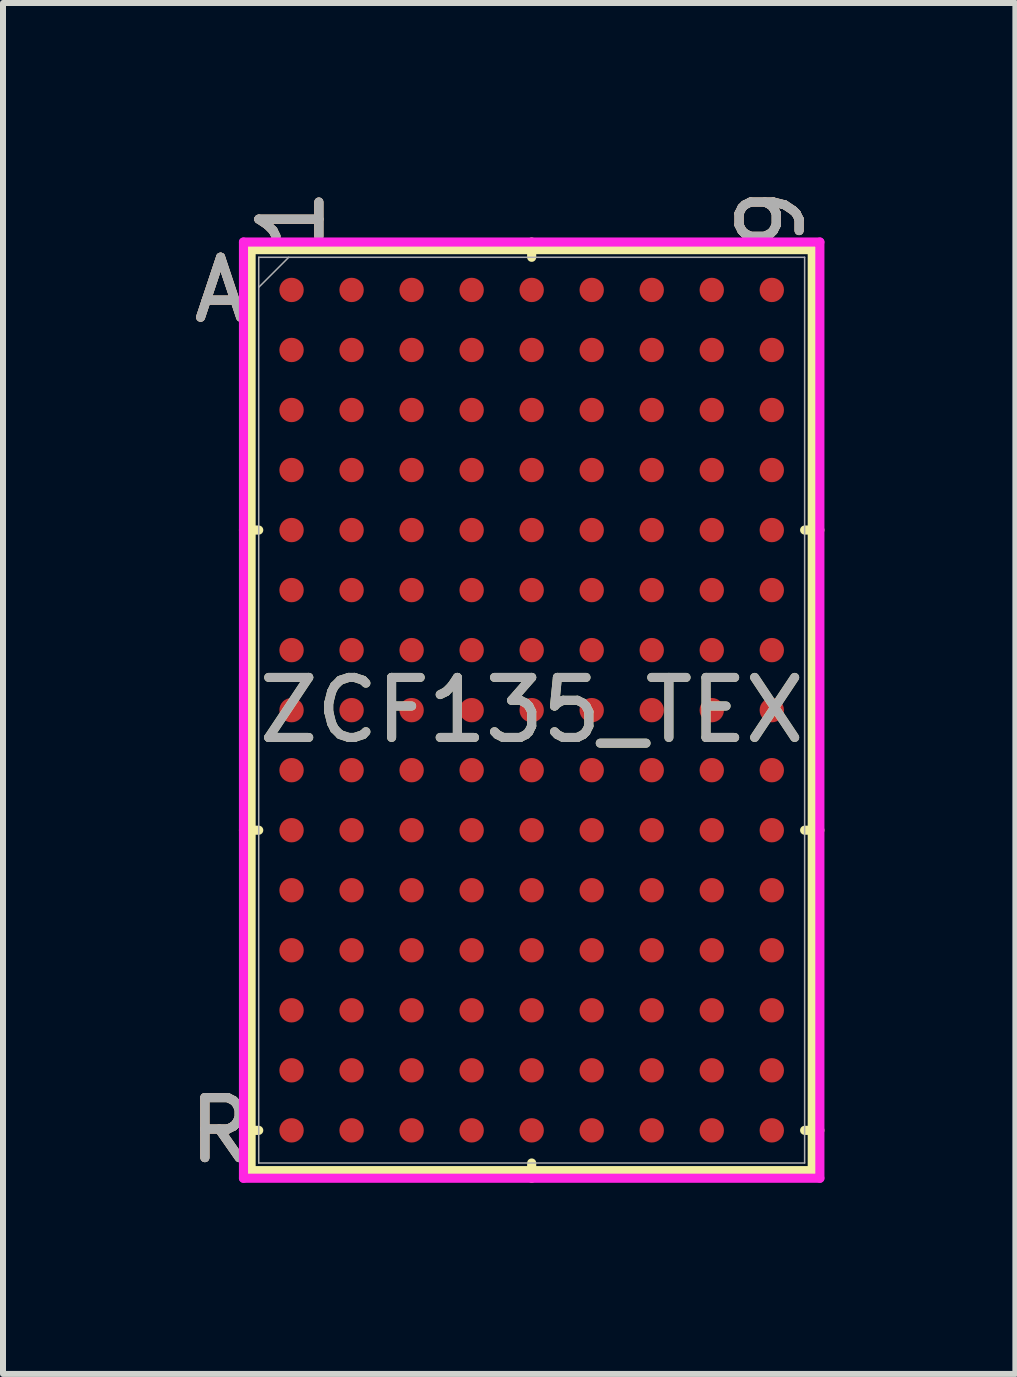
<source format=kicad_pcb>
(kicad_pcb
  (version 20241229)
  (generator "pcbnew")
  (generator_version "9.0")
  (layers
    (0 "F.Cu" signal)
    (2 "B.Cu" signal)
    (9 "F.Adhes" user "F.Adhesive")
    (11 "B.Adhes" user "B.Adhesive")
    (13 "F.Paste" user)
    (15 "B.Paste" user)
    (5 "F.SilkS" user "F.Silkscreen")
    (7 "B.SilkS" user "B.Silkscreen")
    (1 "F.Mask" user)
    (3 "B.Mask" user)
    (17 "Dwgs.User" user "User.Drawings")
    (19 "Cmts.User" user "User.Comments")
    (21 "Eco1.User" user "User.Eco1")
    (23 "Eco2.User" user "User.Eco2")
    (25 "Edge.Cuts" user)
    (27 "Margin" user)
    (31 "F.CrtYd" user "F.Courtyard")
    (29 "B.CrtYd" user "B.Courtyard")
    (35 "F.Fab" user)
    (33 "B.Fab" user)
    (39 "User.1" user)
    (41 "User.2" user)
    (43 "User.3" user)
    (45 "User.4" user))
  (footprint "ZCF135_TEX"
    (layer "F.Cu")
    (at 5.807 8.78)
    (property "Reference" "ZCF135_TEX" (at 0 0 0) (unlocked yes) (layer "F.SilkS") (effects (font (size 1 1) (thickness 0.15))))
    (attr smd)
    (fp_line (start -4.674 -7.671) (end -4.674 7.671) (stroke (width 0.152) (type solid)) (layer "F.SilkS"))
    (fp_line (start -4.674 7.671) (end 4.674 7.671) (stroke (width 0.152) (type solid)) (layer "F.SilkS"))
    (fp_line (start -4.547 -3) (end -4.801 -3) (stroke (width 0.152) (type solid)) (layer "F.SilkS"))
    (fp_line (start -4.547 2) (end -4.801 2) (stroke (width 0.152) (type solid)) (layer "F.SilkS"))
    (fp_line (start -4.547 7) (end -4.801 7) (stroke (width 0.152) (type solid)) (layer "F.SilkS"))
    (fp_line (start 0 -7.544) (end 0 -7.798) (stroke (width 0.152) (type solid)) (layer "F.SilkS"))
    (fp_line (start 0 7.544) (end 0 7.798) (stroke (width 0.152) (type solid)) (layer "F.SilkS"))
    (fp_line (start 4.547 -3) (end 4.801 -3) (stroke (width 0.152) (type solid)) (layer "F.SilkS"))
    (fp_line (start 4.547 2) (end 4.801 2) (stroke (width 0.152) (type solid)) (layer "F.SilkS"))
    (fp_line (start 4.547 7) (end 4.801 7) (stroke (width 0.152) (type solid)) (layer "F.SilkS"))
    (fp_line (start 4.674 -7.671) (end -4.674 -7.671) (stroke (width 0.152) (type solid)) (layer "F.SilkS"))
    (fp_line (start 4.674 7.671) (end 4.674 -7.671) (stroke (width 0.152) (type solid)) (layer "F.SilkS"))
    (fp_poly (pts (xy -5.008 -8.008) (xy 5.008 -8.008) (xy 5.008 8.008) (xy -5.008 8.008)) (stroke (width 0.1) (type solid)) (fill no) (layer "Eco2.User"))
    (fp_line (start -4.801 -7.798) (end 4.801 -7.798) (stroke (width 0.152) (type solid)) (layer "F.CrtYd"))
    (fp_line (start -4.801 7.798) (end -4.801 -7.798) (stroke (width 0.152) (type solid)) (layer "F.CrtYd"))
    (fp_line (start 4.801 -7.798) (end 4.801 7.798) (stroke (width 0.152) (type solid)) (layer "F.CrtYd"))
    (fp_line (start 4.801 7.798) (end -4.801 7.798) (stroke (width 0.152) (type solid)) (layer "F.CrtYd"))
    (fp_line (start -4.547 -7.544) (end -4.547 7.544) (stroke (width 0.025) (type solid)) (layer "F.Fab"))
    (fp_line (start -4.547 7.544) (end 4.547 7.544) (stroke (width 0.025) (type solid)) (layer "F.Fab"))
    (fp_line (start -4.047 -7.544) (end -4.547 -7.044) (stroke (width 0.025) (type solid)) (layer "F.Fab"))
    (fp_line (start 4.547 -7.544) (end -4.547 -7.544) (stroke (width 0.025) (type solid)) (layer "F.Fab"))
    (fp_line (start 4.547 7.544) (end 4.547 -7.544) (stroke (width 0.025) (type solid)) (layer "F.Fab"))
    (fp_text user "1" (at -4 -8.179 90) (unlocked yes) (layer "F.SilkS") (effects (font (size 1 1) (thickness 0.15))))
    (fp_text user "A" (at -5.182 -7 0) (unlocked yes) (layer "F.SilkS") (effects (font (size 1 1) (thickness 0.15))))
    (fp_text user "9" (at 4 -8.179 90) (unlocked yes) (layer "F.SilkS") (effects (font (size 1 1) (thickness 0.15))))
    (fp_text user "R" (at -5.182 7 0) (unlocked yes) (layer "F.SilkS") (effects (font (size 1 1) (thickness 0.15))))
    (fp_text user "9" (at 4 -8.179 90) (unlocked yes) (layer "B.SilkS") (effects (font (size 1 1) (thickness 0.15))))
    (fp_text user "A" (at -5.182 -7 0) (unlocked yes) (layer "B.SilkS") (effects (font (size 1 1) (thickness 0.15))))
    (fp_text user "1" (at -4 -8.179 90) (unlocked yes) (layer "B.SilkS") (effects (font (size 1 1) (thickness 0.15))))
    (fp_text user "R" (at -5.182 7 0) (unlocked yes) (layer "B.SilkS") (effects (font (size 1 1) (thickness 0.15))))
    (fp_text user "R" (at -5.182 7 0) (unlocked yes) (layer "F.Fab") (effects (font (size 1 1) (thickness 0.15))))
    (fp_text user "${REFERENCE}" (at 0 0 0) (unlocked yes) (layer "F.Fab") (effects (font (size 1 1) (thickness 0.15))))
    (fp_text user "9" (at 4 -8.179 90) (unlocked yes) (layer "F.Fab") (effects (font (size 1 1) (thickness 0.15))))
    (fp_text user "A" (at -5.182 -7 0) (unlocked yes) (layer "F.Fab") (effects (font (size 1 1) (thickness 0.15))))
    (fp_text user "1" (at -4 -8.179 90) (unlocked yes) (layer "F.Fab") (effects (font (size 1 1) (thickness 0.15))))
    (pad "A1" smd circle (at -4 -7) (size 0.406 0.406) (layers "F.Cu" "F.Mask" "F.Paste"))
    (pad "A2" smd circle (at -3 -7) (size 0.406 0.406) (layers "F.Cu" "F.Mask" "F.Paste"))
    (pad "A3" smd circle (at -2 -7) (size 0.406 0.406) (layers "F.Cu" "F.Mask" "F.Paste"))
    (pad "A4" smd circle (at -1 -7) (size 0.406 0.406) (layers "F.Cu" "F.Mask" "F.Paste"))
    (pad "A5" smd circle (at 0 -7) (size 0.406 0.406) (layers "F.Cu" "F.Mask" "F.Paste"))
    (pad "A6" smd circle (at 1 -7) (size 0.406 0.406) (layers "F.Cu" "F.Mask" "F.Paste"))
    (pad "A7" smd circle (at 2 -7) (size 0.406 0.406) (layers "F.Cu" "F.Mask" "F.Paste"))
    (pad "A8" smd circle (at 3 -7) (size 0.406 0.406) (layers "F.Cu" "F.Mask" "F.Paste"))
    (pad "A9" smd circle (at 4 -7) (size 0.406 0.406) (layers "F.Cu" "F.Mask" "F.Paste"))
    (pad "B1" smd circle (at -4 -6) (size 0.406 0.406) (layers "F.Cu" "F.Mask" "F.Paste"))
    (pad "B2" smd circle (at -3 -6) (size 0.406 0.406) (layers "F.Cu" "F.Mask" "F.Paste"))
    (pad "B3" smd circle (at -2 -6) (size 0.406 0.406) (layers "F.Cu" "F.Mask" "F.Paste"))
    (pad "B4" smd circle (at -1 -6) (size 0.406 0.406) (layers "F.Cu" "F.Mask" "F.Paste"))
    (pad "B5" smd circle (at 0 -6) (size 0.406 0.406) (layers "F.Cu" "F.Mask" "F.Paste"))
    (pad "B6" smd circle (at 1 -6) (size 0.406 0.406) (layers "F.Cu" "F.Mask" "F.Paste"))
    (pad "B7" smd circle (at 2 -6) (size 0.406 0.406) (layers "F.Cu" "F.Mask" "F.Paste"))
    (pad "B8" smd circle (at 3 -6) (size 0.406 0.406) (layers "F.Cu" "F.Mask" "F.Paste"))
    (pad "B9" smd circle (at 4 -6) (size 0.406 0.406) (layers "F.Cu" "F.Mask" "F.Paste"))
    (pad "C1" smd circle (at -4 -5) (size 0.406 0.406) (layers "F.Cu" "F.Mask" "F.Paste"))
    (pad "C2" smd circle (at -3 -5) (size 0.406 0.406) (layers "F.Cu" "F.Mask" "F.Paste"))
    (pad "C3" smd circle (at -2 -5) (size 0.406 0.406) (layers "F.Cu" "F.Mask" "F.Paste"))
    (pad "C4" smd circle (at -1 -5) (size 0.406 0.406) (layers "F.Cu" "F.Mask" "F.Paste"))
    (pad "C5" smd circle (at 0 -5) (size 0.406 0.406) (layers "F.Cu" "F.Mask" "F.Paste"))
    (pad "C6" smd circle (at 1 -5) (size 0.406 0.406) (layers "F.Cu" "F.Mask" "F.Paste"))
    (pad "C7" smd circle (at 2 -5) (size 0.406 0.406) (layers "F.Cu" "F.Mask" "F.Paste"))
    (pad "C8" smd circle (at 3 -5) (size 0.406 0.406) (layers "F.Cu" "F.Mask" "F.Paste"))
    (pad "C9" smd circle (at 4 -5) (size 0.406 0.406) (layers "F.Cu" "F.Mask" "F.Paste"))
    (pad "D1" smd circle (at -4 -4) (size 0.406 0.406) (layers "F.Cu" "F.Mask" "F.Paste"))
    (pad "D2" smd circle (at -3 -4) (size 0.406 0.406) (layers "F.Cu" "F.Mask" "F.Paste"))
    (pad "D3" smd circle (at -2 -4) (size 0.406 0.406) (layers "F.Cu" "F.Mask" "F.Paste"))
    (pad "D4" smd circle (at -1 -4) (size 0.406 0.406) (layers "F.Cu" "F.Mask" "F.Paste"))
    (pad "D5" smd circle (at 0 -4) (size 0.406 0.406) (layers "F.Cu" "F.Mask" "F.Paste"))
    (pad "D6" smd circle (at 1 -4) (size 0.406 0.406) (layers "F.Cu" "F.Mask" "F.Paste"))
    (pad "D7" smd circle (at 2 -4) (size 0.406 0.406) (layers "F.Cu" "F.Mask" "F.Paste"))
    (pad "D8" smd circle (at 3 -4) (size 0.406 0.406) (layers "F.Cu" "F.Mask" "F.Paste"))
    (pad "D9" smd circle (at 4 -4) (size 0.406 0.406) (layers "F.Cu" "F.Mask" "F.Paste"))
    (pad "E1" smd circle (at -4 -3) (size 0.406 0.406) (layers "F.Cu" "F.Mask" "F.Paste"))
    (pad "E2" smd circle (at -3 -3) (size 0.406 0.406) (layers "F.Cu" "F.Mask" "F.Paste"))
    (pad "E3" smd circle (at -2 -3) (size 0.406 0.406) (layers "F.Cu" "F.Mask" "F.Paste"))
    (pad "E4" smd circle (at -1 -3) (size 0.406 0.406) (layers "F.Cu" "F.Mask" "F.Paste"))
    (pad "E5" smd circle (at 0 -3) (size 0.406 0.406) (layers "F.Cu" "F.Mask" "F.Paste"))
    (pad "E6" smd circle (at 1 -3) (size 0.406 0.406) (layers "F.Cu" "F.Mask" "F.Paste"))
    (pad "E7" smd circle (at 2 -3) (size 0.406 0.406) (layers "F.Cu" "F.Mask" "F.Paste"))
    (pad "E8" smd circle (at 3 -3) (size 0.406 0.406) (layers "F.Cu" "F.Mask" "F.Paste"))
    (pad "E9" smd circle (at 4 -3) (size 0.406 0.406) (layers "F.Cu" "F.Mask" "F.Paste"))
    (pad "F1" smd circle (at -4 -2) (size 0.406 0.406) (layers "F.Cu" "F.Mask" "F.Paste"))
    (pad "F2" smd circle (at -3 -2) (size 0.406 0.406) (layers "F.Cu" "F.Mask" "F.Paste"))
    (pad "F3" smd circle (at -2 -2) (size 0.406 0.406) (layers "F.Cu" "F.Mask" "F.Paste"))
    (pad "F4" smd circle (at -1 -2) (size 0.406 0.406) (layers "F.Cu" "F.Mask" "F.Paste"))
    (pad "F5" smd circle (at 0 -2) (size 0.406 0.406) (layers "F.Cu" "F.Mask" "F.Paste"))
    (pad "F6" smd circle (at 1 -2) (size 0.406 0.406) (layers "F.Cu" "F.Mask" "F.Paste"))
    (pad "F7" smd circle (at 2 -2) (size 0.406 0.406) (layers "F.Cu" "F.Mask" "F.Paste"))
    (pad "F8" smd circle (at 3 -2) (size 0.406 0.406) (layers "F.Cu" "F.Mask" "F.Paste"))
    (pad "F9" smd circle (at 4 -2) (size 0.406 0.406) (layers "F.Cu" "F.Mask" "F.Paste"))
    (pad "G1" smd circle (at -4 -1) (size 0.406 0.406) (layers "F.Cu" "F.Mask" "F.Paste"))
    (pad "G2" smd circle (at -3 -1) (size 0.406 0.406) (layers "F.Cu" "F.Mask" "F.Paste"))
    (pad "G3" smd circle (at -2 -1) (size 0.406 0.406) (layers "F.Cu" "F.Mask" "F.Paste"))
    (pad "G4" smd circle (at -1 -1) (size 0.406 0.406) (layers "F.Cu" "F.Mask" "F.Paste"))
    (pad "G5" smd circle (at 0 -1) (size 0.406 0.406) (layers "F.Cu" "F.Mask" "F.Paste"))
    (pad "G6" smd circle (at 1 -1) (size 0.406 0.406) (layers "F.Cu" "F.Mask" "F.Paste"))
    (pad "G7" smd circle (at 2 -1) (size 0.406 0.406) (layers "F.Cu" "F.Mask" "F.Paste"))
    (pad "G8" smd circle (at 3 -1) (size 0.406 0.406) (layers "F.Cu" "F.Mask" "F.Paste"))
    (pad "G9" smd circle (at 4 -1) (size 0.406 0.406) (layers "F.Cu" "F.Mask" "F.Paste"))
    (pad "H1" smd circle (at -4 0) (size 0.406 0.406) (layers "F.Cu" "F.Mask" "F.Paste"))
    (pad "H2" smd circle (at -3 0) (size 0.406 0.406) (layers "F.Cu" "F.Mask" "F.Paste"))
    (pad "H3" smd circle (at -2 0) (size 0.406 0.406) (layers "F.Cu" "F.Mask" "F.Paste"))
    (pad "H4" smd circle (at -1 0) (size 0.406 0.406) (layers "F.Cu" "F.Mask" "F.Paste"))
    (pad "H5" smd circle (at 0 0) (size 0.406 0.406) (layers "F.Cu" "F.Mask" "F.Paste"))
    (pad "H6" smd circle (at 1 0) (size 0.406 0.406) (layers "F.Cu" "F.Mask" "F.Paste"))
    (pad "H7" smd circle (at 2 0) (size 0.406 0.406) (layers "F.Cu" "F.Mask" "F.Paste"))
    (pad "H8" smd circle (at 3 0) (size 0.406 0.406) (layers "F.Cu" "F.Mask" "F.Paste"))
    (pad "H9" smd circle (at 4 0) (size 0.406 0.406) (layers "F.Cu" "F.Mask" "F.Paste"))
    (pad "J1" smd circle (at -4 1) (size 0.406 0.406) (layers "F.Cu" "F.Mask" "F.Paste"))
    (pad "J2" smd circle (at -3 1) (size 0.406 0.406) (layers "F.Cu" "F.Mask" "F.Paste"))
    (pad "J3" smd circle (at -2 1) (size 0.406 0.406) (layers "F.Cu" "F.Mask" "F.Paste"))
    (pad "J4" smd circle (at -1 1) (size 0.406 0.406) (layers "F.Cu" "F.Mask" "F.Paste"))
    (pad "J5" smd circle (at 0 1) (size 0.406 0.406) (layers "F.Cu" "F.Mask" "F.Paste"))
    (pad "J6" smd circle (at 1 1) (size 0.406 0.406) (layers "F.Cu" "F.Mask" "F.Paste"))
    (pad "J7" smd circle (at 2 1) (size 0.406 0.406) (layers "F.Cu" "F.Mask" "F.Paste"))
    (pad "J8" smd circle (at 3 1) (size 0.406 0.406) (layers "F.Cu" "F.Mask" "F.Paste"))
    (pad "J9" smd circle (at 4 1) (size 0.406 0.406) (layers "F.Cu" "F.Mask" "F.Paste"))
    (pad "K1" smd circle (at -4 2) (size 0.406 0.406) (layers "F.Cu" "F.Mask" "F.Paste"))
    (pad "K2" smd circle (at -3 2) (size 0.406 0.406) (layers "F.Cu" "F.Mask" "F.Paste"))
    (pad "K3" smd circle (at -2 2) (size 0.406 0.406) (layers "F.Cu" "F.Mask" "F.Paste"))
    (pad "K4" smd circle (at -1 2) (size 0.406 0.406) (layers "F.Cu" "F.Mask" "F.Paste"))
    (pad "K5" smd circle (at 0 2) (size 0.406 0.406) (layers "F.Cu" "F.Mask" "F.Paste"))
    (pad "K6" smd circle (at 1 2) (size 0.406 0.406) (layers "F.Cu" "F.Mask" "F.Paste"))
    (pad "K7" smd circle (at 2 2) (size 0.406 0.406) (layers "F.Cu" "F.Mask" "F.Paste"))
    (pad "K8" smd circle (at 3 2) (size 0.406 0.406) (layers "F.Cu" "F.Mask" "F.Paste"))
    (pad "K9" smd circle (at 4 2) (size 0.406 0.406) (layers "F.Cu" "F.Mask" "F.Paste"))
    (pad "L1" smd circle (at -4 3) (size 0.406 0.406) (layers "F.Cu" "F.Mask" "F.Paste"))
    (pad "L2" smd circle (at -3 3) (size 0.406 0.406) (layers "F.Cu" "F.Mask" "F.Paste"))
    (pad "L3" smd circle (at -2 3) (size 0.406 0.406) (layers "F.Cu" "F.Mask" "F.Paste"))
    (pad "L4" smd circle (at -1 3) (size 0.406 0.406) (layers "F.Cu" "F.Mask" "F.Paste"))
    (pad "L5" smd circle (at 0 3) (size 0.406 0.406) (layers "F.Cu" "F.Mask" "F.Paste"))
    (pad "L6" smd circle (at 1 3) (size 0.406 0.406) (layers "F.Cu" "F.Mask" "F.Paste"))
    (pad "L7" smd circle (at 2 3) (size 0.406 0.406) (layers "F.Cu" "F.Mask" "F.Paste"))
    (pad "L8" smd circle (at 3 3) (size 0.406 0.406) (layers "F.Cu" "F.Mask" "F.Paste"))
    (pad "L9" smd circle (at 4 3) (size 0.406 0.406) (layers "F.Cu" "F.Mask" "F.Paste"))
    (pad "M1" smd circle (at -4 4) (size 0.406 0.406) (layers "F.Cu" "F.Mask" "F.Paste"))
    (pad "M2" smd circle (at -3 4) (size 0.406 0.406) (layers "F.Cu" "F.Mask" "F.Paste"))
    (pad "M3" smd circle (at -2 4) (size 0.406 0.406) (layers "F.Cu" "F.Mask" "F.Paste"))
    (pad "M4" smd circle (at -1 4) (size 0.406 0.406) (layers "F.Cu" "F.Mask" "F.Paste"))
    (pad "M5" smd circle (at 0 4) (size 0.406 0.406) (layers "F.Cu" "F.Mask" "F.Paste"))
    (pad "M6" smd circle (at 1 4) (size 0.406 0.406) (layers "F.Cu" "F.Mask" "F.Paste"))
    (pad "M7" smd circle (at 2 4) (size 0.406 0.406) (layers "F.Cu" "F.Mask" "F.Paste"))
    (pad "M8" smd circle (at 3 4) (size 0.406 0.406) (layers "F.Cu" "F.Mask" "F.Paste"))
    (pad "M9" smd circle (at 4 4) (size 0.406 0.406) (layers "F.Cu" "F.Mask" "F.Paste"))
    (pad "N1" smd circle (at -4 5) (size 0.406 0.406) (layers "F.Cu" "F.Mask" "F.Paste"))
    (pad "N2" smd circle (at -3 5) (size 0.406 0.406) (layers "F.Cu" "F.Mask" "F.Paste"))
    (pad "N3" smd circle (at -2 5) (size 0.406 0.406) (layers "F.Cu" "F.Mask" "F.Paste"))
    (pad "N4" smd circle (at -1 5) (size 0.406 0.406) (layers "F.Cu" "F.Mask" "F.Paste"))
    (pad "N5" smd circle (at 0 5) (size 0.406 0.406) (layers "F.Cu" "F.Mask" "F.Paste"))
    (pad "N6" smd circle (at 1 5) (size 0.406 0.406) (layers "F.Cu" "F.Mask" "F.Paste"))
    (pad "N7" smd circle (at 2 5) (size 0.406 0.406) (layers "F.Cu" "F.Mask" "F.Paste"))
    (pad "N8" smd circle (at 3 5) (size 0.406 0.406) (layers "F.Cu" "F.Mask" "F.Paste"))
    (pad "N9" smd circle (at 4 5) (size 0.406 0.406) (layers "F.Cu" "F.Mask" "F.Paste"))
    (pad "P1" smd circle (at -4 6) (size 0.406 0.406) (layers "F.Cu" "F.Mask" "F.Paste"))
    (pad "P2" smd circle (at -3 6) (size 0.406 0.406) (layers "F.Cu" "F.Mask" "F.Paste"))
    (pad "P3" smd circle (at -2 6) (size 0.406 0.406) (layers "F.Cu" "F.Mask" "F.Paste"))
    (pad "P4" smd circle (at -1 6) (size 0.406 0.406) (layers "F.Cu" "F.Mask" "F.Paste"))
    (pad "P5" smd circle (at 0 6) (size 0.406 0.406) (layers "F.Cu" "F.Mask" "F.Paste"))
    (pad "P6" smd circle (at 1 6) (size 0.406 0.406) (layers "F.Cu" "F.Mask" "F.Paste"))
    (pad "P7" smd circle (at 2 6) (size 0.406 0.406) (layers "F.Cu" "F.Mask" "F.Paste"))
    (pad "P8" smd circle (at 3 6) (size 0.406 0.406) (layers "F.Cu" "F.Mask" "F.Paste"))
    (pad "P9" smd circle (at 4 6) (size 0.406 0.406) (layers "F.Cu" "F.Mask" "F.Paste"))
    (pad "R1" smd circle (at -4 7) (size 0.406 0.406) (layers "F.Cu" "F.Mask" "F.Paste"))
    (pad "R2" smd circle (at -3 7) (size 0.406 0.406) (layers "F.Cu" "F.Mask" "F.Paste"))
    (pad "R3" smd circle (at -2 7) (size 0.406 0.406) (layers "F.Cu" "F.Mask" "F.Paste"))
    (pad "R4" smd circle (at -1 7) (size 0.406 0.406) (layers "F.Cu" "F.Mask" "F.Paste"))
    (pad "R5" smd circle (at 0 7) (size 0.406 0.406) (layers "F.Cu" "F.Mask" "F.Paste"))
    (pad "R6" smd circle (at 1 7) (size 0.406 0.406) (layers "F.Cu" "F.Mask" "F.Paste"))
    (pad "R7" smd circle (at 2 7) (size 0.406 0.406) (layers "F.Cu" "F.Mask" "F.Paste"))
    (pad "R8" smd circle (at 3 7) (size 0.406 0.406) (layers "F.Cu" "F.Mask" "F.Paste"))
    (pad "R9" smd circle (at 4 7) (size 0.406 0.406) (layers "F.Cu" "F.Mask" "F.Paste")))
  (gr_rect
    (start -3 -3)
    (end 13.865 19.838)
    (stroke (width 0.1) (type default))
    (fill no)
    (layer "Edge.Cuts")))
</source>
